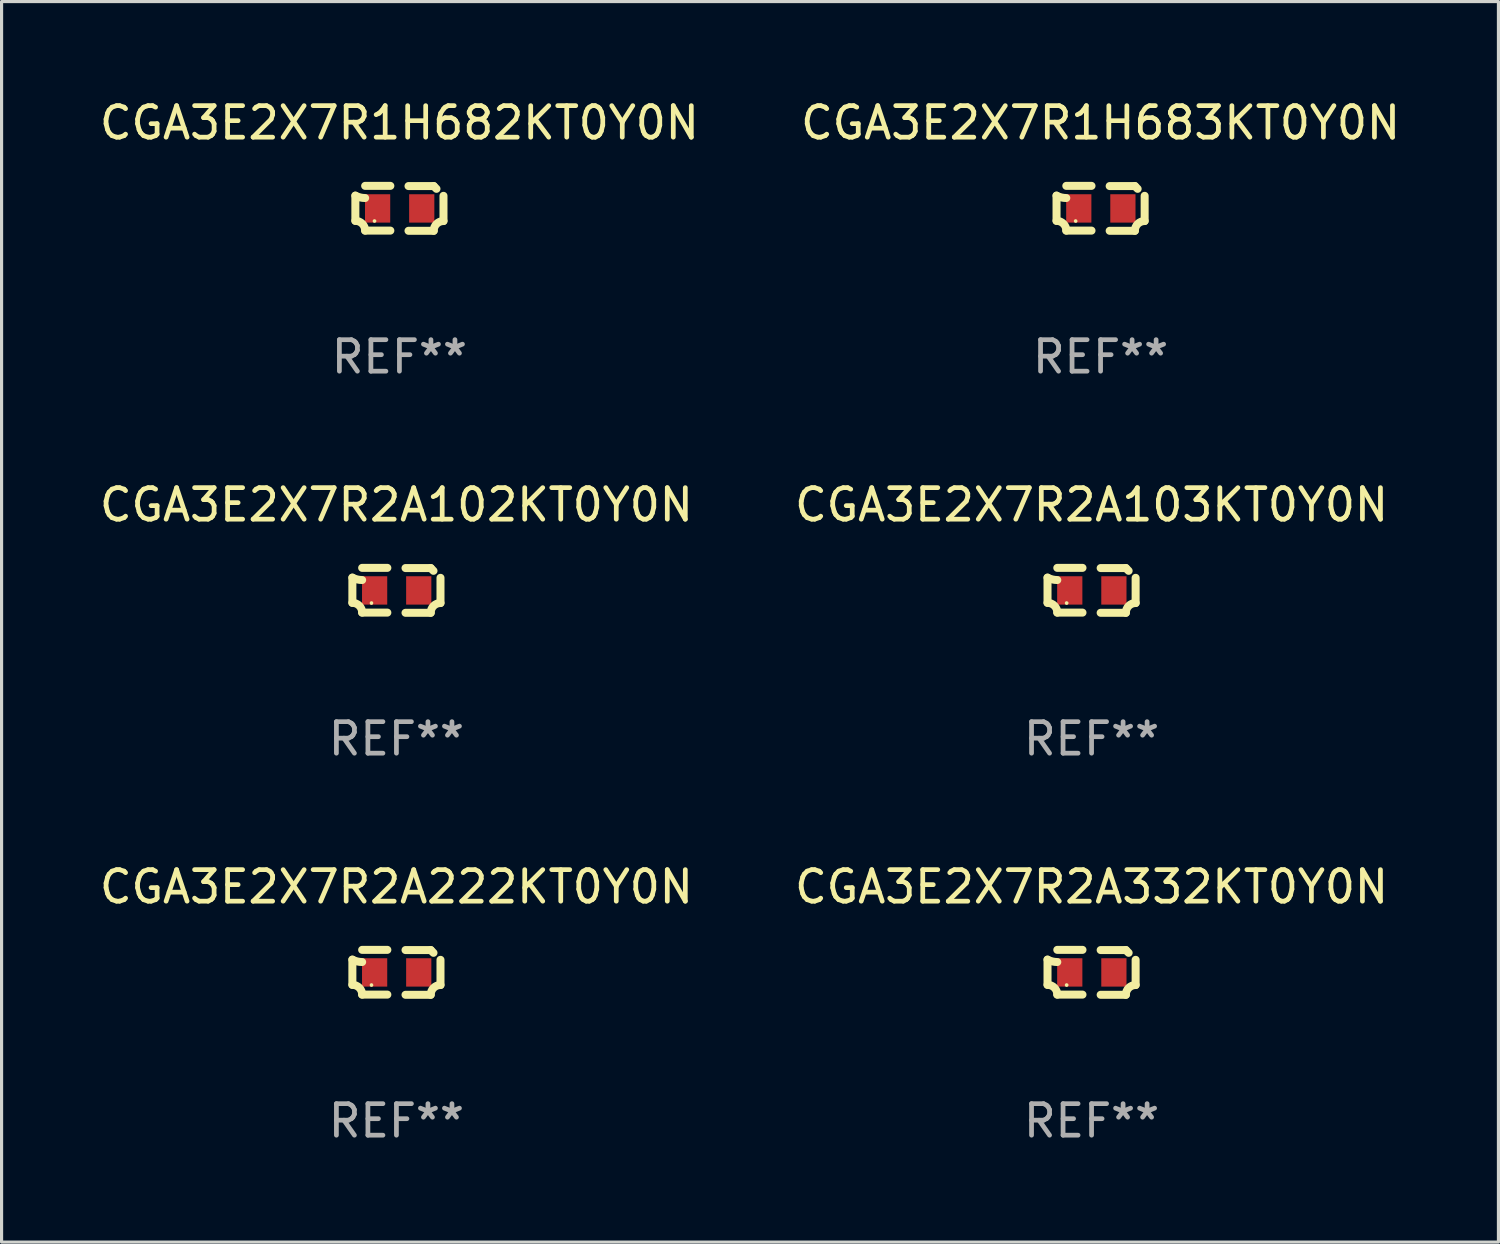
<source format=kicad_pcb>
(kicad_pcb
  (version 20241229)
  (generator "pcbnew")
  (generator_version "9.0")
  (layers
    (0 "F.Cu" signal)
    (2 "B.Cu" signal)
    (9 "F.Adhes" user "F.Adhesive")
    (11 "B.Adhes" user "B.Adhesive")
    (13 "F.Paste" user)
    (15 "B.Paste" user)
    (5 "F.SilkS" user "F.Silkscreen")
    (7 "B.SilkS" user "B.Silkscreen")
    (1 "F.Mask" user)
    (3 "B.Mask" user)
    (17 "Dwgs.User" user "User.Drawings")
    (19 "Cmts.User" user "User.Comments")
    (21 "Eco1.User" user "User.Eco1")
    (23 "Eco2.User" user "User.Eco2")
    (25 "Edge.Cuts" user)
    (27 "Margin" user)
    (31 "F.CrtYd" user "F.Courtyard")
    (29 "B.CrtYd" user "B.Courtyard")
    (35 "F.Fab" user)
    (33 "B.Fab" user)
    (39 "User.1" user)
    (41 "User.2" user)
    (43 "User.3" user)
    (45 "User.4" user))
  (footprint "CGA3E2X7R1H683KT0Y0N"
    (layer "F.Cu")
    (at 31.875 3.561)
    (property "Reference" "CGA3E2X7R1H683KT0Y0N" (at 0 -2.713 0) (layer "F.SilkS") (effects (font (size 1 1) (thickness 0.15))))
    (attr through_hole)
    (fp_line (start -1.398 -0.403) (end -1.398 0.397) (stroke (width 0.254) (type solid)) (layer "F.SilkS"))
    (fp_line (start -0.288 -0.713) (end -1.088 -0.713) (stroke (width 0.254) (type solid)) (layer "F.SilkS"))
    (fp_line (start -0.288 0.707) (end -1.088 0.707) (stroke (width 0.254) (type solid)) (layer "F.SilkS"))
    (fp_line (start 0.288 -0.707) (end 1.088 -0.707) (stroke (width 0.254) (type solid)) (layer "F.SilkS"))
    (fp_line (start 0.288 0.713) (end 1.088 0.713) (stroke (width 0.254) (type solid)) (layer "F.SilkS"))
    (fp_line (start 1.398 -0.397) (end 1.398 0.403) (stroke (width 0.254) (type solid)) (layer "F.SilkS"))
    (fp_arc (start -1.397789 0.397066) (mid -1.178701 0.487826) (end -1.08796 0.706922) (stroke (width 0.254001) (type solid)) (layer "F.SilkS"))
    (fp_arc (start -1.08796 -0.327176) (mid -1.247436 -0.346384) (end -1.39779 -0.402908) (stroke (width 0.254001) (type solid)) (layer "F.SilkS"))
    (fp_arc (start 1.087909 0.712738) (mid 1.178656 0.493655) (end 1.397739 0.402908) (stroke (width 0.254001) (type solid)) (layer "F.SilkS"))
    (fp_arc (start 1.175925 -0.618926) (mid 1.131917 -0.662923) (end 1.08791 -0.706922) (stroke (width 0.254001) (type solid)) (layer "F.SilkS"))
    (fp_circle (center -0.792 0.403) (end -0.762 0.403) (stroke (width 0.06) (type solid)) (fill no) (layer "F.SilkS"))
    (fp_text user "REF**" (at 0 4.713 0) (layer "F.Fab") (effects (font (size 1 1) (thickness 0.15))))
    (pad "1" smd rect (at -0.692 0.003) (size 0.8 0.9) (layers "F.Cu" "F.Mask" "F.Paste"))
    (pad "2" smd rect (at 0.708 0.003) (size 0.8 0.9) (layers "F.Cu" "F.Mask" "F.Paste")))
  (footprint "CGA3E2X7R1H682KT0Y0N"
    (layer "F.Cu")
    (at 9.625 3.561)
    (property "Reference" "CGA3E2X7R1H682KT0Y0N" (at 0 -2.713 0) (layer "F.SilkS") (effects (font (size 1 1) (thickness 0.15))))
    (attr through_hole)
    (fp_line (start -1.398 -0.403) (end -1.398 0.397) (stroke (width 0.254) (type solid)) (layer "F.SilkS"))
    (fp_line (start -0.288 -0.713) (end -1.088 -0.713) (stroke (width 0.254) (type solid)) (layer "F.SilkS"))
    (fp_line (start -0.288 0.707) (end -1.088 0.707) (stroke (width 0.254) (type solid)) (layer "F.SilkS"))
    (fp_line (start 0.288 -0.707) (end 1.088 -0.707) (stroke (width 0.254) (type solid)) (layer "F.SilkS"))
    (fp_line (start 0.288 0.713) (end 1.088 0.713) (stroke (width 0.254) (type solid)) (layer "F.SilkS"))
    (fp_line (start 1.398 -0.397) (end 1.398 0.403) (stroke (width 0.254) (type solid)) (layer "F.SilkS"))
    (fp_arc (start -1.397789 0.397066) (mid -1.178701 0.487826) (end -1.08796 0.706922) (stroke (width 0.254001) (type solid)) (layer "F.SilkS"))
    (fp_arc (start -1.08796 -0.327176) (mid -1.247436 -0.346384) (end -1.39779 -0.402908) (stroke (width 0.254001) (type solid)) (layer "F.SilkS"))
    (fp_arc (start 1.087909 0.712738) (mid 1.178656 0.493655) (end 1.397739 0.402908) (stroke (width 0.254001) (type solid)) (layer "F.SilkS"))
    (fp_arc (start 1.175925 -0.618926) (mid 1.131917 -0.662923) (end 1.08791 -0.706922) (stroke (width 0.254001) (type solid)) (layer "F.SilkS"))
    (fp_circle (center -0.792 0.403) (end -0.762 0.403) (stroke (width 0.06) (type solid)) (fill no) (layer "F.SilkS"))
    (fp_text user "REF**" (at 0 4.713 0) (layer "F.Fab") (effects (font (size 1 1) (thickness 0.15))))
    (pad "1" smd rect (at -0.692 0.003) (size 0.8 0.9) (layers "F.Cu" "F.Mask" "F.Paste"))
    (pad "2" smd rect (at 0.708 0.003) (size 0.8 0.9) (layers "F.Cu" "F.Mask" "F.Paste")))
  (footprint "CGA3E2X7R2A222KT0Y0N"
    (layer "F.Cu")
    (at 9.53 27.805)
    (property "Reference" "CGA3E2X7R2A222KT0Y0N" (at 0 -2.713 0) (layer "F.SilkS") (effects (font (size 1 1) (thickness 0.15))))
    (attr through_hole)
    (fp_line (start -1.398 -0.403) (end -1.398 0.397) (stroke (width 0.254) (type solid)) (layer "F.SilkS"))
    (fp_line (start -0.288 -0.713) (end -1.088 -0.713) (stroke (width 0.254) (type solid)) (layer "F.SilkS"))
    (fp_line (start -0.288 0.707) (end -1.088 0.707) (stroke (width 0.254) (type solid)) (layer "F.SilkS"))
    (fp_line (start 0.288 -0.707) (end 1.088 -0.707) (stroke (width 0.254) (type solid)) (layer "F.SilkS"))
    (fp_line (start 0.288 0.713) (end 1.088 0.713) (stroke (width 0.254) (type solid)) (layer "F.SilkS"))
    (fp_line (start 1.398 -0.397) (end 1.398 0.403) (stroke (width 0.254) (type solid)) (layer "F.SilkS"))
    (fp_arc (start -1.397789 0.397066) (mid -1.178701 0.487826) (end -1.08796 0.706922) (stroke (width 0.254001) (type solid)) (layer "F.SilkS"))
    (fp_arc (start -1.08796 -0.327176) (mid -1.247436 -0.346384) (end -1.39779 -0.402908) (stroke (width 0.254001) (type solid)) (layer "F.SilkS"))
    (fp_arc (start 1.087909 0.712738) (mid 1.178656 0.493655) (end 1.397739 0.402908) (stroke (width 0.254001) (type solid)) (layer "F.SilkS"))
    (fp_arc (start 1.175925 -0.618926) (mid 1.131917 -0.662923) (end 1.08791 -0.706922) (stroke (width 0.254001) (type solid)) (layer "F.SilkS"))
    (fp_circle (center -0.792 0.403) (end -0.762 0.403) (stroke (width 0.06) (type solid)) (fill no) (layer "F.SilkS"))
    (fp_text user "REF**" (at 0 4.713 0) (layer "F.Fab") (effects (font (size 1 1) (thickness 0.15))))
    (pad "1" smd rect (at -0.692 0.003) (size 0.8 0.9) (layers "F.Cu" "F.Mask" "F.Paste"))
    (pad "2" smd rect (at 0.708 0.003) (size 0.8 0.9) (layers "F.Cu" "F.Mask" "F.Paste")))
  (footprint "CGA3E2X7R2A103KT0Y0N"
    (layer "F.Cu")
    (at 31.589 15.683)
    (property "Reference" "CGA3E2X7R2A103KT0Y0N" (at 0 -2.713 0) (layer "F.SilkS") (effects (font (size 1 1) (thickness 0.15))))
    (attr through_hole)
    (fp_line (start -1.398 -0.403) (end -1.398 0.397) (stroke (width 0.254) (type solid)) (layer "F.SilkS"))
    (fp_line (start -0.288 -0.713) (end -1.088 -0.713) (stroke (width 0.254) (type solid)) (layer "F.SilkS"))
    (fp_line (start -0.288 0.707) (end -1.088 0.707) (stroke (width 0.254) (type solid)) (layer "F.SilkS"))
    (fp_line (start 0.288 -0.707) (end 1.088 -0.707) (stroke (width 0.254) (type solid)) (layer "F.SilkS"))
    (fp_line (start 0.288 0.713) (end 1.088 0.713) (stroke (width 0.254) (type solid)) (layer "F.SilkS"))
    (fp_line (start 1.398 -0.397) (end 1.398 0.403) (stroke (width 0.254) (type solid)) (layer "F.SilkS"))
    (fp_arc (start -1.397789 0.397066) (mid -1.178701 0.487826) (end -1.08796 0.706922) (stroke (width 0.254001) (type solid)) (layer "F.SilkS"))
    (fp_arc (start -1.08796 -0.327176) (mid -1.247436 -0.346384) (end -1.39779 -0.402908) (stroke (width 0.254001) (type solid)) (layer "F.SilkS"))
    (fp_arc (start 1.087909 0.712738) (mid 1.178656 0.493655) (end 1.397739 0.402908) (stroke (width 0.254001) (type solid)) (layer "F.SilkS"))
    (fp_arc (start 1.175925 -0.618926) (mid 1.131917 -0.662923) (end 1.08791 -0.706922) (stroke (width 0.254001) (type solid)) (layer "F.SilkS"))
    (fp_circle (center -0.792 0.403) (end -0.762 0.403) (stroke (width 0.06) (type solid)) (fill no) (layer "F.SilkS"))
    (fp_text user "REF**" (at 0 4.713 0) (layer "F.Fab") (effects (font (size 1 1) (thickness 0.15))))
    (pad "1" smd rect (at -0.692 0.003) (size 0.8 0.9) (layers "F.Cu" "F.Mask" "F.Paste"))
    (pad "2" smd rect (at 0.708 0.003) (size 0.8 0.9) (layers "F.Cu" "F.Mask" "F.Paste")))
  (footprint "CGA3E2X7R2A102KT0Y0N"
    (layer "F.Cu")
    (at 9.53 15.683)
    (property "Reference" "CGA3E2X7R2A102KT0Y0N" (at 0 -2.713 0) (layer "F.SilkS") (effects (font (size 1 1) (thickness 0.15))))
    (attr through_hole)
    (fp_line (start -1.398 -0.403) (end -1.398 0.397) (stroke (width 0.254) (type solid)) (layer "F.SilkS"))
    (fp_line (start -0.288 -0.713) (end -1.088 -0.713) (stroke (width 0.254) (type solid)) (layer "F.SilkS"))
    (fp_line (start -0.288 0.707) (end -1.088 0.707) (stroke (width 0.254) (type solid)) (layer "F.SilkS"))
    (fp_line (start 0.288 -0.707) (end 1.088 -0.707) (stroke (width 0.254) (type solid)) (layer "F.SilkS"))
    (fp_line (start 0.288 0.713) (end 1.088 0.713) (stroke (width 0.254) (type solid)) (layer "F.SilkS"))
    (fp_line (start 1.398 -0.397) (end 1.398 0.403) (stroke (width 0.254) (type solid)) (layer "F.SilkS"))
    (fp_arc (start -1.397789 0.397066) (mid -1.178701 0.487826) (end -1.08796 0.706922) (stroke (width 0.254001) (type solid)) (layer "F.SilkS"))
    (fp_arc (start -1.08796 -0.327176) (mid -1.247436 -0.346384) (end -1.39779 -0.402908) (stroke (width 0.254001) (type solid)) (layer "F.SilkS"))
    (fp_arc (start 1.087909 0.712738) (mid 1.178656 0.493655) (end 1.397739 0.402908) (stroke (width 0.254001) (type solid)) (layer "F.SilkS"))
    (fp_arc (start 1.175925 -0.618926) (mid 1.131917 -0.662923) (end 1.08791 -0.706922) (stroke (width 0.254001) (type solid)) (layer "F.SilkS"))
    (fp_circle (center -0.792 0.403) (end -0.762 0.403) (stroke (width 0.06) (type solid)) (fill no) (layer "F.SilkS"))
    (fp_text user "REF**" (at 0 4.713 0) (layer "F.Fab") (effects (font (size 1 1) (thickness 0.15))))
    (pad "1" smd rect (at -0.692 0.003) (size 0.8 0.9) (layers "F.Cu" "F.Mask" "F.Paste"))
    (pad "2" smd rect (at 0.708 0.003) (size 0.8 0.9) (layers "F.Cu" "F.Mask" "F.Paste")))
  (footprint "CGA3E2X7R2A332KT0Y0N"
    (layer "F.Cu")
    (at 31.589 27.805)
    (property "Reference" "CGA3E2X7R2A332KT0Y0N" (at 0 -2.713 0) (layer "F.SilkS") (effects (font (size 1 1) (thickness 0.15))))
    (attr through_hole)
    (fp_line (start -1.398 -0.403) (end -1.398 0.397) (stroke (width 0.254) (type solid)) (layer "F.SilkS"))
    (fp_line (start -0.288 -0.713) (end -1.088 -0.713) (stroke (width 0.254) (type solid)) (layer "F.SilkS"))
    (fp_line (start -0.288 0.707) (end -1.088 0.707) (stroke (width 0.254) (type solid)) (layer "F.SilkS"))
    (fp_line (start 0.288 -0.707) (end 1.088 -0.707) (stroke (width 0.254) (type solid)) (layer "F.SilkS"))
    (fp_line (start 0.288 0.713) (end 1.088 0.713) (stroke (width 0.254) (type solid)) (layer "F.SilkS"))
    (fp_line (start 1.398 -0.397) (end 1.398 0.403) (stroke (width 0.254) (type solid)) (layer "F.SilkS"))
    (fp_arc (start -1.397789 0.397066) (mid -1.178701 0.487826) (end -1.08796 0.706922) (stroke (width 0.254001) (type solid)) (layer "F.SilkS"))
    (fp_arc (start -1.08796 -0.327176) (mid -1.247436 -0.346384) (end -1.39779 -0.402908) (stroke (width 0.254001) (type solid)) (layer "F.SilkS"))
    (fp_arc (start 1.087909 0.712738) (mid 1.178656 0.493655) (end 1.397739 0.402908) (stroke (width 0.254001) (type solid)) (layer "F.SilkS"))
    (fp_arc (start 1.175925 -0.618926) (mid 1.131917 -0.662923) (end 1.08791 -0.706922) (stroke (width 0.254001) (type solid)) (layer "F.SilkS"))
    (fp_circle (center -0.792 0.403) (end -0.762 0.403) (stroke (width 0.06) (type solid)) (fill no) (layer "F.SilkS"))
    (fp_text user "REF**" (at 0 4.713 0) (layer "F.Fab") (effects (font (size 1 1) (thickness 0.15))))
    (pad "1" smd rect (at -0.692 0.003) (size 0.8 0.9) (layers "F.Cu" "F.Mask" "F.Paste"))
    (pad "2" smd rect (at 0.708 0.003) (size 0.8 0.9) (layers "F.Cu" "F.Mask" "F.Paste")))
  (gr_rect
    (start -3 -3)
    (end 44.5 36.366)
    (stroke (width 0.1) (type default))
    (fill no)
    (layer "Edge.Cuts")))
</source>
